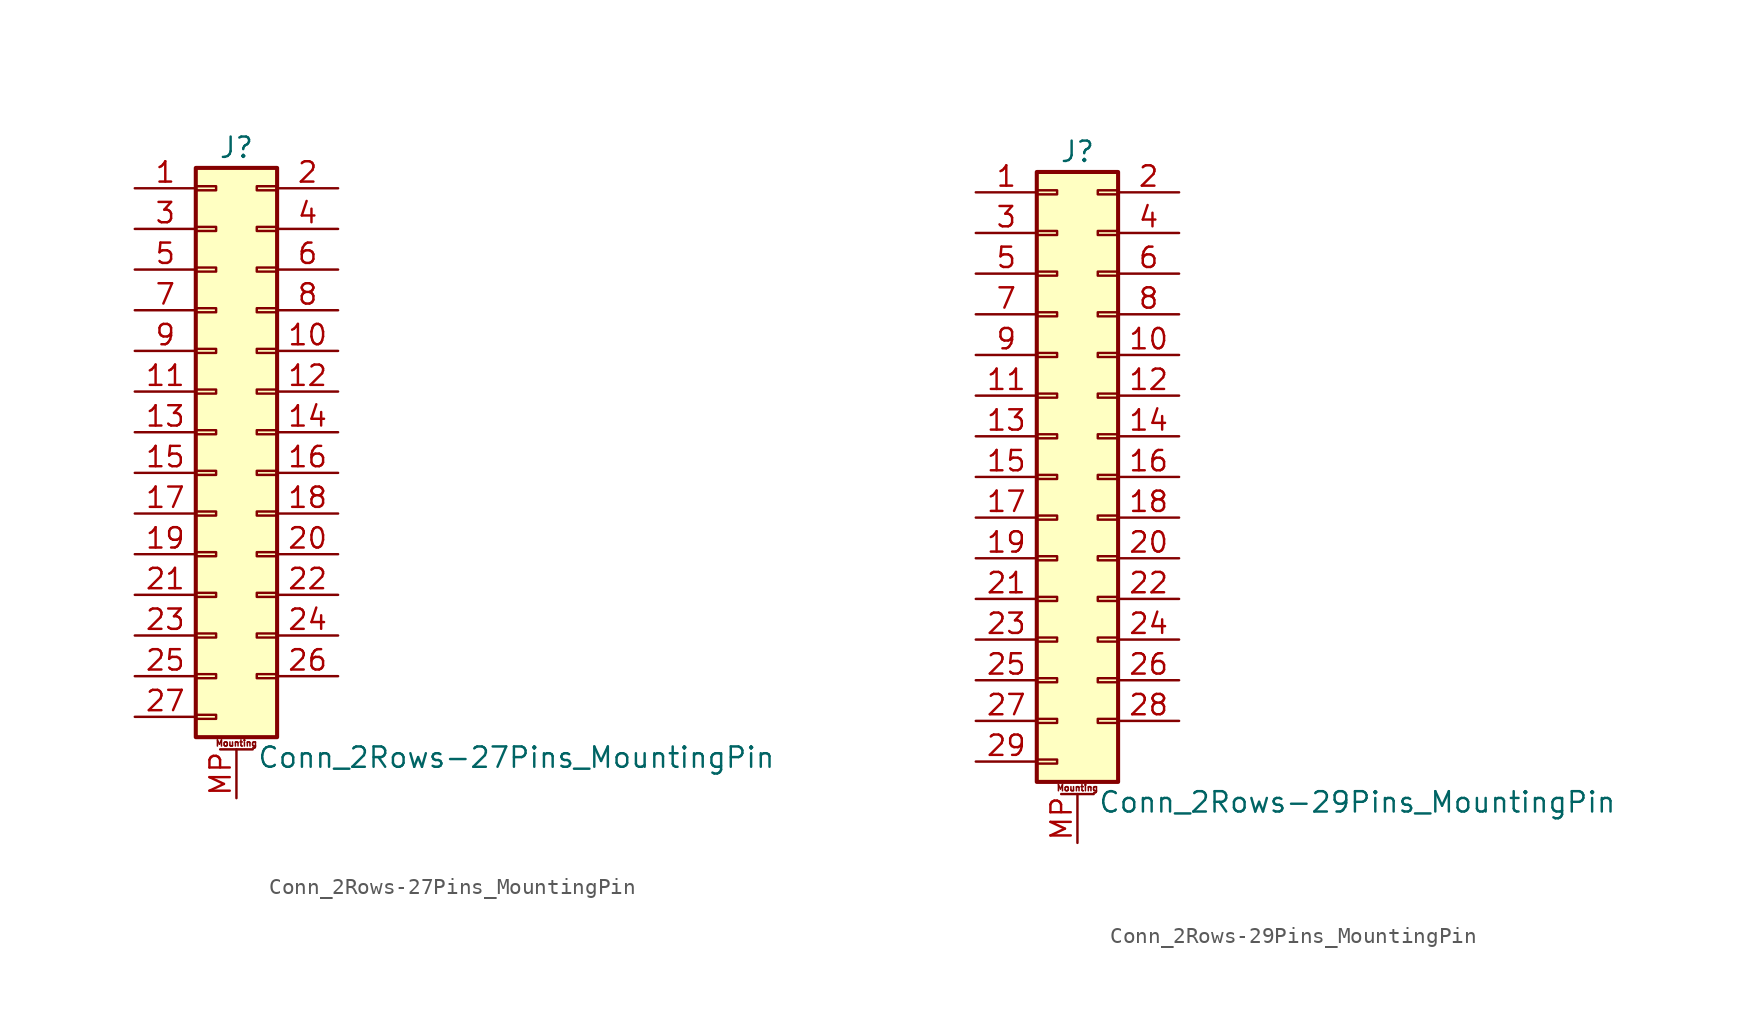
<source format=kicad_sym>
(kicad_symbol_lib
  (version 20201005)
  (generator kicad_symbol_editor)
  (symbol "Conn_2Rows-27Pins_MountingPin"
    (pin_names
      (offset 1.016) hide)
    (property "Reference" "J"
      (at 1.27 17.78 0)
      (effects (font (size 1.27 1.27))))
    (property "Value" "Conn_2Rows-27Pins_MountingPin"
      (at 2.54 -20.32 0)
      (effects (font (size 1.27 1.27)) (justify left)))
    (symbol "Conn_2Rows-27Pins_MountingPin_1_1"
      (text "Mounting" (at 1.27 -19.431 0) (effects (font (size 0.381 0.381))))
      (rectangle (start -1.27 -17.653) (end 0 -17.907) (stroke (width 0.152)) (fill (type none)))
      (rectangle (start -1.27 -15.113) (end 0 -15.367) (stroke (width 0.152)) (fill (type none)))
      (rectangle (start -1.27 -12.573) (end 0 -12.827) (stroke (width 0.152)) (fill (type none)))
      (rectangle (start -1.27 -10.033) (end 0 -10.287) (stroke (width 0.152)) (fill (type none)))
      (rectangle (start -1.27 -7.493) (end 0 -7.747) (stroke (width 0.152)) (fill (type none)))
      (rectangle (start -1.27 -4.953) (end 0 -5.207) (stroke (width 0.152)) (fill (type none)))
      (rectangle (start -1.27 -2.413) (end 0 -2.667) (stroke (width 0.152)) (fill (type none)))
      (rectangle (start -1.27 0.127) (end 0 -0.127) (stroke (width 0.152)) (fill (type none)))
      (rectangle (start -1.27 2.667) (end 0 2.413) (stroke (width 0.152)) (fill (type none)))
      (rectangle (start -1.27 5.207) (end 0 4.953) (stroke (width 0.152)) (fill (type none)))
      (rectangle (start -1.27 7.747) (end 0 7.493) (stroke (width 0.152)) (fill (type none)))
      (rectangle (start -1.27 10.287) (end 0 10.033) (stroke (width 0.152)) (fill (type none)))
      (rectangle (start -1.27 12.827) (end 0 12.573) (stroke (width 0.152)) (fill (type none)))
      (rectangle (start -1.27 15.367) (end 0 15.113) (stroke (width 0.152)) (fill (type none)))
      (rectangle (start 3.81 -15.113) (end 2.54 -15.367) (stroke (width 0.152)) (fill (type none)))
      (rectangle (start 3.81 -12.573) (end 2.54 -12.827) (stroke (width 0.152)) (fill (type none)))
      (rectangle (start 3.81 -10.033) (end 2.54 -10.287) (stroke (width 0.152)) (fill (type none)))
      (rectangle (start 3.81 -7.493) (end 2.54 -7.747) (stroke (width 0.152)) (fill (type none)))
      (rectangle (start 3.81 -4.953) (end 2.54 -5.207) (stroke (width 0.152)) (fill (type none)))
      (rectangle (start 3.81 -2.413) (end 2.54 -2.667) (stroke (width 0.152)) (fill (type none)))
      (rectangle (start 3.81 0.127) (end 2.54 -0.127) (stroke (width 0.152)) (fill (type none)))
      (rectangle (start 3.81 2.667) (end 2.54 2.413) (stroke (width 0.152)) (fill (type none)))
      (rectangle (start 3.81 5.207) (end 2.54 4.953) (stroke (width 0.152)) (fill (type none)))
      (rectangle (start 3.81 7.747) (end 2.54 7.493) (stroke (width 0.152)) (fill (type none)))
      (rectangle (start 3.81 10.287) (end 2.54 10.033) (stroke (width 0.152)) (fill (type none)))
      (rectangle (start 3.81 12.827) (end 2.54 12.573) (stroke (width 0.152)) (fill (type none)))
      (rectangle (start 3.81 15.367) (end 2.54 15.113) (stroke (width 0.152)) (fill (type none)))
      (rectangle (start -1.27 16.51) (end 3.81 -19.05) (stroke (width 0.254)) (fill (type background)))
      (polyline (pts (xy 0.254 -19.812) (xy 2.286 -19.812)) (stroke (width 0.152)) (fill (type none)))
      (pin passive line (at -5.08 15.24 0) (length 3.81) (name "Pin_1" (effects (font (size 1.27 1.27)))) (number "1" (effects (font (size 1.27 1.27)))))
      (pin passive line (at 7.62 5.08 180) (length 3.81) (name "Pin_10" (effects (font (size 1.27 1.27)))) (number "10" (effects (font (size 1.27 1.27)))))
      (pin passive line (at -5.08 2.54 0) (length 3.81) (name "Pin_11" (effects (font (size 1.27 1.27)))) (number "11" (effects (font (size 1.27 1.27)))))
      (pin passive line (at 7.62 2.54 180) (length 3.81) (name "Pin_12" (effects (font (size 1.27 1.27)))) (number "12" (effects (font (size 1.27 1.27)))))
      (pin passive line (at -5.08 0 0) (length 3.81) (name "Pin_13" (effects (font (size 1.27 1.27)))) (number "13" (effects (font (size 1.27 1.27)))))
      (pin passive line (at 7.62 0 180) (length 3.81) (name "Pin_14" (effects (font (size 1.27 1.27)))) (number "14" (effects (font (size 1.27 1.27)))))
      (pin passive line (at -5.08 -2.54 0) (length 3.81) (name "Pin_15" (effects (font (size 1.27 1.27)))) (number "15" (effects (font (size 1.27 1.27)))))
      (pin passive line (at 7.62 -2.54 180) (length 3.81) (name "Pin_16" (effects (font (size 1.27 1.27)))) (number "16" (effects (font (size 1.27 1.27)))))
      (pin passive line (at -5.08 -5.08 0) (length 3.81) (name "Pin_17" (effects (font (size 1.27 1.27)))) (number "17" (effects (font (size 1.27 1.27)))))
      (pin passive line (at 7.62 -5.08 180) (length 3.81) (name "Pin_18" (effects (font (size 1.27 1.27)))) (number "18" (effects (font (size 1.27 1.27)))))
      (pin passive line (at -5.08 -7.62 0) (length 3.81) (name "Pin_19" (effects (font (size 1.27 1.27)))) (number "19" (effects (font (size 1.27 1.27)))))
      (pin passive line (at 7.62 15.24 180) (length 3.81) (name "Pin_2" (effects (font (size 1.27 1.27)))) (number "2" (effects (font (size 1.27 1.27)))))
      (pin passive line (at 7.62 -7.62 180) (length 3.81) (name "Pin_20" (effects (font (size 1.27 1.27)))) (number "20" (effects (font (size 1.27 1.27)))))
      (pin passive line (at -5.08 -10.16 0) (length 3.81) (name "Pin_21" (effects (font (size 1.27 1.27)))) (number "21" (effects (font (size 1.27 1.27)))))
      (pin passive line (at 7.62 -10.16 180) (length 3.81) (name "Pin_22" (effects (font (size 1.27 1.27)))) (number "22" (effects (font (size 1.27 1.27)))))
      (pin passive line (at -5.08 -12.7 0) (length 3.81) (name "Pin_23" (effects (font (size 1.27 1.27)))) (number "23" (effects (font (size 1.27 1.27)))))
      (pin passive line (at 7.62 -12.7 180) (length 3.81) (name "Pin_24" (effects (font (size 1.27 1.27)))) (number "24" (effects (font (size 1.27 1.27)))))
      (pin passive line (at -5.08 -15.24 0) (length 3.81) (name "Pin_25" (effects (font (size 1.27 1.27)))) (number "25" (effects (font (size 1.27 1.27)))))
      (pin passive line (at 7.62 -15.24 180) (length 3.81) (name "Pin_26" (effects (font (size 1.27 1.27)))) (number "26" (effects (font (size 1.27 1.27)))))
      (pin passive line (at -5.08 -17.78 0) (length 3.81) (name "Pin_27" (effects (font (size 1.27 1.27)))) (number "27" (effects (font (size 1.27 1.27)))))
      (pin passive line (at -5.08 12.7 0) (length 3.81) (name "Pin_3" (effects (font (size 1.27 1.27)))) (number "3" (effects (font (size 1.27 1.27)))))
      (pin passive line (at 7.62 12.7 180) (length 3.81) (name "Pin_4" (effects (font (size 1.27 1.27)))) (number "4" (effects (font (size 1.27 1.27)))))
      (pin passive line (at -5.08 10.16 0) (length 3.81) (name "Pin_5" (effects (font (size 1.27 1.27)))) (number "5" (effects (font (size 1.27 1.27)))))
      (pin passive line (at 7.62 10.16 180) (length 3.81) (name "Pin_6" (effects (font (size 1.27 1.27)))) (number "6" (effects (font (size 1.27 1.27)))))
      (pin passive line (at -5.08 7.62 0) (length 3.81) (name "Pin_7" (effects (font (size 1.27 1.27)))) (number "7" (effects (font (size 1.27 1.27)))))
      (pin passive line (at 7.62 7.62 180) (length 3.81) (name "Pin_8" (effects (font (size 1.27 1.27)))) (number "8" (effects (font (size 1.27 1.27)))))
      (pin passive line (at -5.08 5.08 0) (length 3.81) (name "Pin_9" (effects (font (size 1.27 1.27)))) (number "9" (effects (font (size 1.27 1.27)))))
      (pin passive line (at 1.27 -22.86 90) (length 3.048) (name "MountPin" (effects (font (size 1.27 1.27)))) (number "MP" (effects (font (size 1.27 1.27)))))))
  (symbol "Conn_2Rows-29Pins_MountingPin"
    (pin_names
      (offset 1.016) hide)
    (property "Reference" "J"
      (at 1.27 20.32 0)
      (effects (font (size 1.27 1.27))))
    (property "Value" "Conn_2Rows-29Pins_MountingPin"
      (at 2.54 -20.32 0)
      (effects (font (size 1.27 1.27)) (justify left)))
    (symbol "Conn_2Rows-29Pins_MountingPin_1_1"
      (text "Mounting" (at 1.27 -19.431 0) (effects (font (size 0.381 0.381))))
      (rectangle (start -1.27 -17.653) (end 0 -17.907) (stroke (width 0.152)) (fill (type none)))
      (rectangle (start -1.27 -15.113) (end 0 -15.367) (stroke (width 0.152)) (fill (type none)))
      (rectangle (start -1.27 -12.573) (end 0 -12.827) (stroke (width 0.152)) (fill (type none)))
      (rectangle (start -1.27 -10.033) (end 0 -10.287) (stroke (width 0.152)) (fill (type none)))
      (rectangle (start -1.27 -7.493) (end 0 -7.747) (stroke (width 0.152)) (fill (type none)))
      (rectangle (start -1.27 -4.953) (end 0 -5.207) (stroke (width 0.152)) (fill (type none)))
      (rectangle (start -1.27 -2.413) (end 0 -2.667) (stroke (width 0.152)) (fill (type none)))
      (rectangle (start -1.27 0.127) (end 0 -0.127) (stroke (width 0.152)) (fill (type none)))
      (rectangle (start -1.27 2.667) (end 0 2.413) (stroke (width 0.152)) (fill (type none)))
      (rectangle (start -1.27 5.207) (end 0 4.953) (stroke (width 0.152)) (fill (type none)))
      (rectangle (start -1.27 7.747) (end 0 7.493) (stroke (width 0.152)) (fill (type none)))
      (rectangle (start -1.27 10.287) (end 0 10.033) (stroke (width 0.152)) (fill (type none)))
      (rectangle (start -1.27 12.827) (end 0 12.573) (stroke (width 0.152)) (fill (type none)))
      (rectangle (start -1.27 15.367) (end 0 15.113) (stroke (width 0.152)) (fill (type none)))
      (rectangle (start -1.27 17.907) (end 0 17.653) (stroke (width 0.152)) (fill (type none)))
      (rectangle (start 3.81 -15.113) (end 2.54 -15.367) (stroke (width 0.152)) (fill (type none)))
      (rectangle (start 3.81 -12.573) (end 2.54 -12.827) (stroke (width 0.152)) (fill (type none)))
      (rectangle (start 3.81 -10.033) (end 2.54 -10.287) (stroke (width 0.152)) (fill (type none)))
      (rectangle (start 3.81 -7.493) (end 2.54 -7.747) (stroke (width 0.152)) (fill (type none)))
      (rectangle (start 3.81 -4.953) (end 2.54 -5.207) (stroke (width 0.152)) (fill (type none)))
      (rectangle (start 3.81 -2.413) (end 2.54 -2.667) (stroke (width 0.152)) (fill (type none)))
      (rectangle (start 3.81 0.127) (end 2.54 -0.127) (stroke (width 0.152)) (fill (type none)))
      (rectangle (start 3.81 2.667) (end 2.54 2.413) (stroke (width 0.152)) (fill (type none)))
      (rectangle (start 3.81 5.207) (end 2.54 4.953) (stroke (width 0.152)) (fill (type none)))
      (rectangle (start 3.81 7.747) (end 2.54 7.493) (stroke (width 0.152)) (fill (type none)))
      (rectangle (start 3.81 10.287) (end 2.54 10.033) (stroke (width 0.152)) (fill (type none)))
      (rectangle (start 3.81 12.827) (end 2.54 12.573) (stroke (width 0.152)) (fill (type none)))
      (rectangle (start 3.81 15.367) (end 2.54 15.113) (stroke (width 0.152)) (fill (type none)))
      (rectangle (start 3.81 17.907) (end 2.54 17.653) (stroke (width 0.152)) (fill (type none)))
      (rectangle (start -1.27 19.05) (end 3.81 -19.05) (stroke (width 0.254)) (fill (type background)))
      (polyline (pts (xy 0.254 -19.812) (xy 2.286 -19.812)) (stroke (width 0.152)) (fill (type none)))
      (pin passive line (at -5.08 17.78 0) (length 3.81) (name "Pin_1" (effects (font (size 1.27 1.27)))) (number "1" (effects (font (size 1.27 1.27)))))
      (pin passive line (at 7.62 7.62 180) (length 3.81) (name "Pin_10" (effects (font (size 1.27 1.27)))) (number "10" (effects (font (size 1.27 1.27)))))
      (pin passive line (at -5.08 5.08 0) (length 3.81) (name "Pin_11" (effects (font (size 1.27 1.27)))) (number "11" (effects (font (size 1.27 1.27)))))
      (pin passive line (at 7.62 5.08 180) (length 3.81) (name "Pin_12" (effects (font (size 1.27 1.27)))) (number "12" (effects (font (size 1.27 1.27)))))
      (pin passive line (at -5.08 2.54 0) (length 3.81) (name "Pin_13" (effects (font (size 1.27 1.27)))) (number "13" (effects (font (size 1.27 1.27)))))
      (pin passive line (at 7.62 2.54 180) (length 3.81) (name "Pin_14" (effects (font (size 1.27 1.27)))) (number "14" (effects (font (size 1.27 1.27)))))
      (pin passive line (at -5.08 0 0) (length 3.81) (name "Pin_15" (effects (font (size 1.27 1.27)))) (number "15" (effects (font (size 1.27 1.27)))))
      (pin passive line (at 7.62 0 180) (length 3.81) (name "Pin_16" (effects (font (size 1.27 1.27)))) (number "16" (effects (font (size 1.27 1.27)))))
      (pin passive line (at -5.08 -2.54 0) (length 3.81) (name "Pin_17" (effects (font (size 1.27 1.27)))) (number "17" (effects (font (size 1.27 1.27)))))
      (pin passive line (at 7.62 -2.54 180) (length 3.81) (name "Pin_18" (effects (font (size 1.27 1.27)))) (number "18" (effects (font (size 1.27 1.27)))))
      (pin passive line (at -5.08 -5.08 0) (length 3.81) (name "Pin_19" (effects (font (size 1.27 1.27)))) (number "19" (effects (font (size 1.27 1.27)))))
      (pin passive line (at 7.62 17.78 180) (length 3.81) (name "Pin_2" (effects (font (size 1.27 1.27)))) (number "2" (effects (font (size 1.27 1.27)))))
      (pin passive line (at 7.62 -5.08 180) (length 3.81) (name "Pin_20" (effects (font (size 1.27 1.27)))) (number "20" (effects (font (size 1.27 1.27)))))
      (pin passive line (at -5.08 -7.62 0) (length 3.81) (name "Pin_21" (effects (font (size 1.27 1.27)))) (number "21" (effects (font (size 1.27 1.27)))))
      (pin passive line (at 7.62 -7.62 180) (length 3.81) (name "Pin_22" (effects (font (size 1.27 1.27)))) (number "22" (effects (font (size 1.27 1.27)))))
      (pin passive line (at -5.08 -10.16 0) (length 3.81) (name "Pin_23" (effects (font (size 1.27 1.27)))) (number "23" (effects (font (size 1.27 1.27)))))
      (pin passive line (at 7.62 -10.16 180) (length 3.81) (name "Pin_24" (effects (font (size 1.27 1.27)))) (number "24" (effects (font (size 1.27 1.27)))))
      (pin passive line (at -5.08 -12.7 0) (length 3.81) (name "Pin_25" (effects (font (size 1.27 1.27)))) (number "25" (effects (font (size 1.27 1.27)))))
      (pin passive line (at 7.62 -12.7 180) (length 3.81) (name "Pin_26" (effects (font (size 1.27 1.27)))) (number "26" (effects (font (size 1.27 1.27)))))
      (pin passive line (at -5.08 -15.24 0) (length 3.81) (name "Pin_27" (effects (font (size 1.27 1.27)))) (number "27" (effects (font (size 1.27 1.27)))))
      (pin passive line (at 7.62 -15.24 180) (length 3.81) (name "Pin_28" (effects (font (size 1.27 1.27)))) (number "28" (effects (font (size 1.27 1.27)))))
      (pin passive line (at -5.08 -17.78 0) (length 3.81) (name "Pin_29" (effects (font (size 1.27 1.27)))) (number "29" (effects (font (size 1.27 1.27)))))
      (pin passive line (at -5.08 15.24 0) (length 3.81) (name "Pin_3" (effects (font (size 1.27 1.27)))) (number "3" (effects (font (size 1.27 1.27)))))
      (pin passive line (at 7.62 15.24 180) (length 3.81) (name "Pin_4" (effects (font (size 1.27 1.27)))) (number "4" (effects (font (size 1.27 1.27)))))
      (pin passive line (at -5.08 12.7 0) (length 3.81) (name "Pin_5" (effects (font (size 1.27 1.27)))) (number "5" (effects (font (size 1.27 1.27)))))
      (pin passive line (at 7.62 12.7 180) (length 3.81) (name "Pin_6" (effects (font (size 1.27 1.27)))) (number "6" (effects (font (size 1.27 1.27)))))
      (pin passive line (at -5.08 10.16 0) (length 3.81) (name "Pin_7" (effects (font (size 1.27 1.27)))) (number "7" (effects (font (size 1.27 1.27)))))
      (pin passive line (at 7.62 10.16 180) (length 3.81) (name "Pin_8" (effects (font (size 1.27 1.27)))) (number "8" (effects (font (size 1.27 1.27)))))
      (pin passive line (at -5.08 7.62 0) (length 3.81) (name "Pin_9" (effects (font (size 1.27 1.27)))) (number "9" (effects (font (size 1.27 1.27)))))
      (pin passive line (at 1.27 -22.86 90) (length 3.048) (name "MountPin" (effects (font (size 1.27 1.27)))) (number "MP" (effects (font (size 1.27 1.27))))))))
</source>
